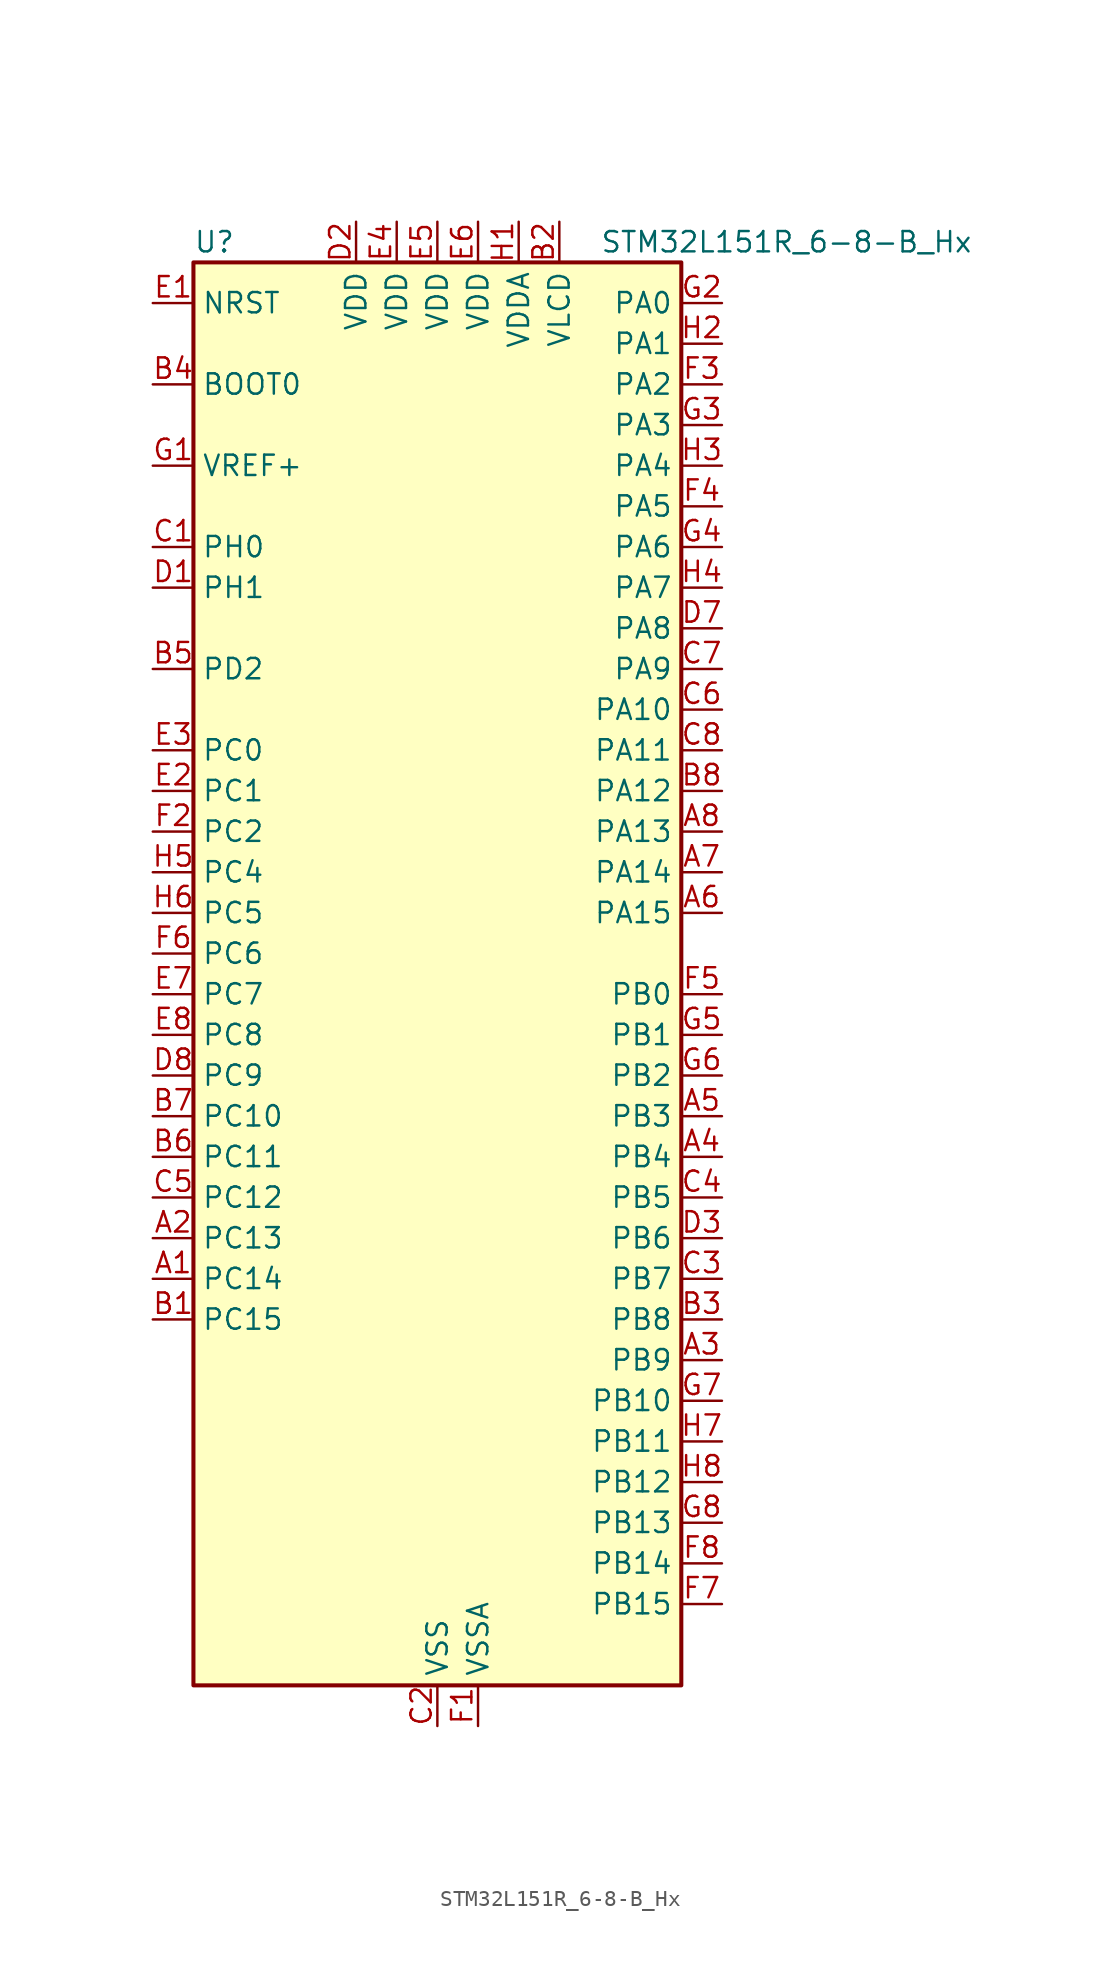
<source format=kicad_sym>
(kicad_symbol_lib
  (version 20220914)
  (generator kicad_symbol_editor)
  (symbol "STM32L151R_6-8-B_Hx"
    (property "Reference" "U"
      (at -15.24 46.99 0)
      (effects (font (size 1.27 1.27)) (justify left)))
    (property "Value" "STM32L151R_6-8-B_Hx"
      (at 10.16 46.99 0)
      (effects (font (size 1.27 1.27)) (justify left)))
    (property "ki_locked" ""
      (at 0 0 0)
      (effects (font (size 1.27 1.27))))
    (symbol "STM32L151R_6-8-B_Hx_0_1"
      (rectangle (start -15.24 -43.18) (end 15.24 45.72) (stroke (width 0.254) (type default)) (fill (type background))))
    (symbol "STM32L151R_6-8-B_Hx_1_1"
      (pin bidirectional line (at -17.78 -17.78 0) (length 2.54) (name "PC14" (effects (font (size 1.27 1.27)))) (number "A1" (effects (font (size 1.27 1.27)))) (alternate "RCC_OSC32_IN" bidirectional line) (alternate "TIMX_IC3" bidirectional line))
      (pin bidirectional line (at -17.78 -15.24 0) (length 2.54) (name "PC13" (effects (font (size 1.27 1.27)))) (number "A2" (effects (font (size 1.27 1.27)))) (alternate "RTC_OUT_ALARM" bidirectional line) (alternate "RTC_OUT_CALIB" bidirectional line) (alternate "RTC_TAMP1" bidirectional line) (alternate "RTC_TS" bidirectional line) (alternate "SYS_WKUP2" bidirectional line) (alternate "TIMX_IC2" bidirectional line))
      (pin bidirectional line (at 17.78 -22.86 180) (length 2.54) (name "PB9" (effects (font (size 1.27 1.27)))) (number "A3" (effects (font (size 1.27 1.27)))) (alternate "DAC_EXTI9" bidirectional line) (alternate "I2C1_SDA" bidirectional line) (alternate "TIM11_CH1" bidirectional line) (alternate "TIM4_CH4" bidirectional line))
      (pin bidirectional line (at 17.78 -10.16 180) (length 2.54) (name "PB4" (effects (font (size 1.27 1.27)))) (number "A4" (effects (font (size 1.27 1.27)))) (alternate "COMP2_INP" bidirectional line) (alternate "SPI1_MISO" bidirectional line) (alternate "SYS_JTRST" bidirectional line) (alternate "TIM3_CH1" bidirectional line) (alternate "TS_G6_IO1" bidirectional line))
      (pin bidirectional line (at 17.78 -7.62 180) (length 2.54) (name "PB3" (effects (font (size 1.27 1.27)))) (number "A5" (effects (font (size 1.27 1.27)))) (alternate "COMP2_INM" bidirectional line) (alternate "SPI1_SCK" bidirectional line) (alternate "SYS_JTDO-TRACESWO" bidirectional line) (alternate "TIM2_CH2" bidirectional line))
      (pin bidirectional line (at 17.78 5.08 180) (length 2.54) (name "PA15" (effects (font (size 1.27 1.27)))) (number "A6" (effects (font (size 1.27 1.27)))) (alternate "ADC_EXTI15" bidirectional line) (alternate "SPI1_NSS" bidirectional line) (alternate "SYS_JTDI" bidirectional line) (alternate "TIM2_CH1" bidirectional line) (alternate "TIM2_ETR" bidirectional line) (alternate "TIMX_IC4" bidirectional line) (alternate "TS_G5_IO3" bidirectional line))
      (pin bidirectional line (at 17.78 7.62 180) (length 2.54) (name "PA14" (effects (font (size 1.27 1.27)))) (number "A7" (effects (font (size 1.27 1.27)))) (alternate "SYS_JTCK-SWCLK" bidirectional line) (alternate "TIMX_IC3" bidirectional line) (alternate "TS_G5_IO2" bidirectional line))
      (pin bidirectional line (at 17.78 10.16 180) (length 2.54) (name "PA13" (effects (font (size 1.27 1.27)))) (number "A8" (effects (font (size 1.27 1.27)))) (alternate "SYS_JTMS-SWDIO" bidirectional line) (alternate "TIMX_IC2" bidirectional line) (alternate "TS_G5_IO1" bidirectional line))
      (pin bidirectional line (at -17.78 -20.32 0) (length 2.54) (name "PC15" (effects (font (size 1.27 1.27)))) (number "B1" (effects (font (size 1.27 1.27)))) (alternate "ADC_EXTI15" bidirectional line) (alternate "RCC_OSC32_OUT" bidirectional line) (alternate "TIMX_IC4" bidirectional line))
      (pin power_in line (at 7.62 48.26 270) (length 2.54) (name "VLCD" (effects (font (size 1.27 1.27)))) (number "B2" (effects (font (size 1.27 1.27)))))
      (pin bidirectional line (at 17.78 -20.32 180) (length 2.54) (name "PB8" (effects (font (size 1.27 1.27)))) (number "B3" (effects (font (size 1.27 1.27)))) (alternate "I2C1_SCL" bidirectional line) (alternate "TIM10_CH1" bidirectional line) (alternate "TIM4_CH3" bidirectional line))
      (pin input line (at -17.78 38.1 0) (length 2.54) (name "BOOT0" (effects (font (size 1.27 1.27)))) (number "B4" (effects (font (size 1.27 1.27)))))
      (pin bidirectional line (at -17.78 20.32 0) (length 2.54) (name "PD2" (effects (font (size 1.27 1.27)))) (number "B5" (effects (font (size 1.27 1.27)))) (alternate "TIM3_ETR" bidirectional line) (alternate "TIMX_IC3" bidirectional line))
      (pin bidirectional line (at -17.78 -10.16 0) (length 2.54) (name "PC11" (effects (font (size 1.27 1.27)))) (number "B6" (effects (font (size 1.27 1.27)))) (alternate "ADC_EXTI11" bidirectional line) (alternate "TIMX_IC4" bidirectional line) (alternate "USART3_RX" bidirectional line))
      (pin bidirectional line (at -17.78 -7.62 0) (length 2.54) (name "PC10" (effects (font (size 1.27 1.27)))) (number "B7" (effects (font (size 1.27 1.27)))) (alternate "TIMX_IC3" bidirectional line) (alternate "USART3_TX" bidirectional line))
      (pin bidirectional line (at 17.78 12.7 180) (length 2.54) (name "PA12" (effects (font (size 1.27 1.27)))) (number "B8" (effects (font (size 1.27 1.27)))) (alternate "SPI1_MOSI" bidirectional line) (alternate "TIMX_IC1" bidirectional line) (alternate "USART1_RTS" bidirectional line) (alternate "USB_DP" bidirectional line))
      (pin bidirectional line (at -17.78 27.94 0) (length 2.54) (name "PH0" (effects (font (size 1.27 1.27)))) (number "C1" (effects (font (size 1.27 1.27)))) (alternate "RCC_OSC_IN" bidirectional line))
      (pin power_in line (at 0 -45.72 90) (length 2.54) (name "VSS" (effects (font (size 1.27 1.27)))) (number "C2" (effects (font (size 1.27 1.27)))))
      (pin bidirectional line (at 17.78 -17.78 180) (length 2.54) (name "PB7" (effects (font (size 1.27 1.27)))) (number "C3" (effects (font (size 1.27 1.27)))) (alternate "I2C1_SDA" bidirectional line) (alternate "SYS_PVD_IN" bidirectional line) (alternate "TIM4_CH2" bidirectional line) (alternate "USART1_RX" bidirectional line))
      (pin bidirectional line (at 17.78 -12.7 180) (length 2.54) (name "PB5" (effects (font (size 1.27 1.27)))) (number "C4" (effects (font (size 1.27 1.27)))) (alternate "COMP2_INP" bidirectional line) (alternate "I2C1_SMBA" bidirectional line) (alternate "SPI1_MOSI" bidirectional line) (alternate "TIM3_CH2" bidirectional line) (alternate "TS_G6_IO2" bidirectional line))
      (pin bidirectional line (at -17.78 -12.7 0) (length 2.54) (name "PC12" (effects (font (size 1.27 1.27)))) (number "C5" (effects (font (size 1.27 1.27)))) (alternate "TIMX_IC1" bidirectional line) (alternate "USART3_CK" bidirectional line))
      (pin bidirectional line (at 17.78 17.78 180) (length 2.54) (name "PA10" (effects (font (size 1.27 1.27)))) (number "C6" (effects (font (size 1.27 1.27)))) (alternate "TIMX_IC3" bidirectional line) (alternate "TS_G4_IO3" bidirectional line) (alternate "USART1_RX" bidirectional line))
      (pin bidirectional line (at 17.78 20.32 180) (length 2.54) (name "PA9" (effects (font (size 1.27 1.27)))) (number "C7" (effects (font (size 1.27 1.27)))) (alternate "DAC_EXTI9" bidirectional line) (alternate "TIMX_IC2" bidirectional line) (alternate "TS_G4_IO2" bidirectional line) (alternate "USART1_TX" bidirectional line))
      (pin bidirectional line (at 17.78 15.24 180) (length 2.54) (name "PA11" (effects (font (size 1.27 1.27)))) (number "C8" (effects (font (size 1.27 1.27)))) (alternate "ADC_EXTI11" bidirectional line) (alternate "SPI1_MISO" bidirectional line) (alternate "TIMX_IC4" bidirectional line) (alternate "USART1_CTS" bidirectional line) (alternate "USB_DM" bidirectional line))
      (pin bidirectional line (at -17.78 25.4 0) (length 2.54) (name "PH1" (effects (font (size 1.27 1.27)))) (number "D1" (effects (font (size 1.27 1.27)))) (alternate "RCC_OSC_OUT" bidirectional line))
      (pin power_in line (at -5.08 48.26 270) (length 2.54) (name "VDD" (effects (font (size 1.27 1.27)))) (number "D2" (effects (font (size 1.27 1.27)))))
      (pin bidirectional line (at 17.78 -15.24 180) (length 2.54) (name "PB6" (effects (font (size 1.27 1.27)))) (number "D3" (effects (font (size 1.27 1.27)))) (alternate "I2C1_SCL" bidirectional line) (alternate "TIM4_CH1" bidirectional line) (alternate "USART1_TX" bidirectional line))
      (pin passive line (at 0 -45.72 90) (length 2.54) hide (name "VSS" (effects (font (size 1.27 1.27)))) (number "D4" (effects (font (size 1.27 1.27)))))
      (pin passive line (at 0 -45.72 90) (length 2.54) hide (name "VSS" (effects (font (size 1.27 1.27)))) (number "D5" (effects (font (size 1.27 1.27)))))
      (pin passive line (at 0 -45.72 90) (length 2.54) hide (name "VSS" (effects (font (size 1.27 1.27)))) (number "D6" (effects (font (size 1.27 1.27)))))
      (pin bidirectional line (at 17.78 22.86 180) (length 2.54) (name "PA8" (effects (font (size 1.27 1.27)))) (number "D7" (effects (font (size 1.27 1.27)))) (alternate "RCC_MCO" bidirectional line) (alternate "TIMX_IC1" bidirectional line) (alternate "TS_G4_IO1" bidirectional line) (alternate "USART1_CK" bidirectional line))
      (pin bidirectional line (at -17.78 -5.08 0) (length 2.54) (name "PC9" (effects (font (size 1.27 1.27)))) (number "D8" (effects (font (size 1.27 1.27)))) (alternate "DAC_EXTI9" bidirectional line) (alternate "TIM3_CH4" bidirectional line) (alternate "TIMX_IC2" bidirectional line) (alternate "TS_G10_IO4" bidirectional line))
      (pin input line (at -17.78 43.18 0) (length 2.54) (name "NRST" (effects (font (size 1.27 1.27)))) (number "E1" (effects (font (size 1.27 1.27)))))
      (pin bidirectional line (at -17.78 12.7 0) (length 2.54) (name "PC1" (effects (font (size 1.27 1.27)))) (number "E2" (effects (font (size 1.27 1.27)))) (alternate "ADC_IN11" bidirectional line) (alternate "COMP1_INP" bidirectional line) (alternate "TIMX_IC2" bidirectional line) (alternate "TS_G8_IO2" bidirectional line))
      (pin bidirectional line (at -17.78 15.24 0) (length 2.54) (name "PC0" (effects (font (size 1.27 1.27)))) (number "E3" (effects (font (size 1.27 1.27)))) (alternate "ADC_IN10" bidirectional line) (alternate "COMP1_INP" bidirectional line) (alternate "TIMX_IC1" bidirectional line) (alternate "TS_G8_IO1" bidirectional line))
      (pin power_in line (at -2.54 48.26 270) (length 2.54) (name "VDD" (effects (font (size 1.27 1.27)))) (number "E4" (effects (font (size 1.27 1.27)))))
      (pin power_in line (at 0 48.26 270) (length 2.54) (name "VDD" (effects (font (size 1.27 1.27)))) (number "E5" (effects (font (size 1.27 1.27)))))
      (pin power_in line (at 2.54 48.26 270) (length 2.54) (name "VDD" (effects (font (size 1.27 1.27)))) (number "E6" (effects (font (size 1.27 1.27)))))
      (pin bidirectional line (at -17.78 0 0) (length 2.54) (name "PC7" (effects (font (size 1.27 1.27)))) (number "E7" (effects (font (size 1.27 1.27)))) (alternate "TIM3_CH2" bidirectional line) (alternate "TIMX_IC4" bidirectional line) (alternate "TS_G10_IO2" bidirectional line))
      (pin bidirectional line (at -17.78 -2.54 0) (length 2.54) (name "PC8" (effects (font (size 1.27 1.27)))) (number "E8" (effects (font (size 1.27 1.27)))) (alternate "TIM3_CH3" bidirectional line) (alternate "TIMX_IC1" bidirectional line) (alternate "TS_G10_IO3" bidirectional line))
      (pin power_in line (at 2.54 -45.72 90) (length 2.54) (name "VSSA" (effects (font (size 1.27 1.27)))) (number "F1" (effects (font (size 1.27 1.27)))))
      (pin bidirectional line (at -17.78 10.16 0) (length 2.54) (name "PC2" (effects (font (size 1.27 1.27)))) (number "F2" (effects (font (size 1.27 1.27)))) (alternate "ADC_IN12" bidirectional line) (alternate "COMP1_INP" bidirectional line) (alternate "TIMX_IC3" bidirectional line) (alternate "TS_G8_IO3" bidirectional line))
      (pin bidirectional line (at 17.78 38.1 180) (length 2.54) (name "PA2" (effects (font (size 1.27 1.27)))) (number "F3" (effects (font (size 1.27 1.27)))) (alternate "ADC_IN2" bidirectional line) (alternate "COMP1_INP" bidirectional line) (alternate "TIM2_CH3" bidirectional line) (alternate "TIM9_CH1" bidirectional line) (alternate "TIMX_IC3" bidirectional line) (alternate "TS_G1_IO3" bidirectional line) (alternate "USART2_TX" bidirectional line))
      (pin bidirectional line (at 17.78 30.48 180) (length 2.54) (name "PA5" (effects (font (size 1.27 1.27)))) (number "F4" (effects (font (size 1.27 1.27)))) (alternate "ADC_IN5" bidirectional line) (alternate "COMP1_INP" bidirectional line) (alternate "DAC_OUT2" bidirectional line) (alternate "SPI1_SCK" bidirectional line) (alternate "TIM2_CH1" bidirectional line) (alternate "TIM2_ETR" bidirectional line) (alternate "TIMX_IC2" bidirectional line))
      (pin bidirectional line (at 17.78 0 180) (length 2.54) (name "PB0" (effects (font (size 1.27 1.27)))) (number "F5" (effects (font (size 1.27 1.27)))) (alternate "ADC_IN8" bidirectional line) (alternate "COMP1_INP" bidirectional line) (alternate "SYS_V_REF_OUT" bidirectional line) (alternate "TIM3_CH3" bidirectional line) (alternate "TS_G3_IO1" bidirectional line))
      (pin bidirectional line (at -17.78 2.54 0) (length 2.54) (name "PC6" (effects (font (size 1.27 1.27)))) (number "F6" (effects (font (size 1.27 1.27)))) (alternate "TIM3_CH1" bidirectional line) (alternate "TIMX_IC3" bidirectional line) (alternate "TS_G10_IO1" bidirectional line))
      (pin bidirectional line (at 17.78 -38.1 180) (length 2.54) (name "PB15" (effects (font (size 1.27 1.27)))) (number "F7" (effects (font (size 1.27 1.27)))) (alternate "ADC_EXTI15" bidirectional line) (alternate "ADC_IN21" bidirectional line) (alternate "COMP1_INP" bidirectional line) (alternate "RTC_REFIN" bidirectional line) (alternate "SPI2_MOSI" bidirectional line) (alternate "TIM11_CH1" bidirectional line) (alternate "TS_G7_IO4" bidirectional line))
      (pin bidirectional line (at 17.78 -35.56 180) (length 2.54) (name "PB14" (effects (font (size 1.27 1.27)))) (number "F8" (effects (font (size 1.27 1.27)))) (alternate "ADC_IN20" bidirectional line) (alternate "COMP1_INP" bidirectional line) (alternate "SPI2_MISO" bidirectional line) (alternate "TIM9_CH2" bidirectional line) (alternate "TS_G7_IO3" bidirectional line) (alternate "USART3_RTS" bidirectional line))
      (pin input line (at -17.78 33.02 0) (length 2.54) (name "VREF+" (effects (font (size 1.27 1.27)))) (number "G1" (effects (font (size 1.27 1.27)))))
      (pin bidirectional line (at 17.78 43.18 180) (length 2.54) (name "PA0" (effects (font (size 1.27 1.27)))) (number "G2" (effects (font (size 1.27 1.27)))) (alternate "ADC_IN0" bidirectional line) (alternate "COMP1_INP" bidirectional line) (alternate "SYS_WKUP1" bidirectional line) (alternate "TIM2_CH1" bidirectional line) (alternate "TIM2_ETR" bidirectional line) (alternate "TIMX_IC1" bidirectional line) (alternate "TS_G1_IO1" bidirectional line) (alternate "USART2_CTS" bidirectional line))
      (pin bidirectional line (at 17.78 35.56 180) (length 2.54) (name "PA3" (effects (font (size 1.27 1.27)))) (number "G3" (effects (font (size 1.27 1.27)))) (alternate "ADC_IN3" bidirectional line) (alternate "COMP1_INP" bidirectional line) (alternate "TIM2_CH4" bidirectional line) (alternate "TIM9_CH2" bidirectional line) (alternate "TIMX_IC4" bidirectional line) (alternate "TS_G1_IO4" bidirectional line) (alternate "USART2_RX" bidirectional line))
      (pin bidirectional line (at 17.78 27.94 180) (length 2.54) (name "PA6" (effects (font (size 1.27 1.27)))) (number "G4" (effects (font (size 1.27 1.27)))) (alternate "ADC_IN6" bidirectional line) (alternate "COMP1_INP" bidirectional line) (alternate "SPI1_MISO" bidirectional line) (alternate "TIM10_CH1" bidirectional line) (alternate "TIM3_CH1" bidirectional line) (alternate "TIMX_IC3" bidirectional line) (alternate "TS_G2_IO1" bidirectional line))
      (pin bidirectional line (at 17.78 -2.54 180) (length 2.54) (name "PB1" (effects (font (size 1.27 1.27)))) (number "G5" (effects (font (size 1.27 1.27)))) (alternate "ADC_IN9" bidirectional line) (alternate "COMP1_INP" bidirectional line) (alternate "SYS_V_REF_OUT" bidirectional line) (alternate "TIM3_CH4" bidirectional line) (alternate "TS_G3_IO2" bidirectional line))
      (pin bidirectional line (at 17.78 -5.08 180) (length 2.54) (name "PB2" (effects (font (size 1.27 1.27)))) (number "G6" (effects (font (size 1.27 1.27)))))
      (pin bidirectional line (at 17.78 -25.4 180) (length 2.54) (name "PB10" (effects (font (size 1.27 1.27)))) (number "G7" (effects (font (size 1.27 1.27)))) (alternate "I2C2_SCL" bidirectional line) (alternate "TIM2_CH3" bidirectional line) (alternate "USART3_TX" bidirectional line))
      (pin bidirectional line (at 17.78 -33.02 180) (length 2.54) (name "PB13" (effects (font (size 1.27 1.27)))) (number "G8" (effects (font (size 1.27 1.27)))) (alternate "ADC_IN19" bidirectional line) (alternate "COMP1_INP" bidirectional line) (alternate "SPI2_SCK" bidirectional line) (alternate "TIM9_CH1" bidirectional line) (alternate "TS_G7_IO2" bidirectional line) (alternate "USART3_CTS" bidirectional line))
      (pin power_in line (at 5.08 48.26 270) (length 2.54) (name "VDDA" (effects (font (size 1.27 1.27)))) (number "H1" (effects (font (size 1.27 1.27)))))
      (pin bidirectional line (at 17.78 40.64 180) (length 2.54) (name "PA1" (effects (font (size 1.27 1.27)))) (number "H2" (effects (font (size 1.27 1.27)))) (alternate "ADC_IN1" bidirectional line) (alternate "COMP1_INP" bidirectional line) (alternate "TIM2_CH2" bidirectional line) (alternate "TIMX_IC2" bidirectional line) (alternate "TS_G1_IO2" bidirectional line) (alternate "USART2_RTS" bidirectional line))
      (pin bidirectional line (at 17.78 33.02 180) (length 2.54) (name "PA4" (effects (font (size 1.27 1.27)))) (number "H3" (effects (font (size 1.27 1.27)))) (alternate "ADC_IN4" bidirectional line) (alternate "COMP1_INP" bidirectional line) (alternate "DAC_OUT1" bidirectional line) (alternate "SPI1_NSS" bidirectional line) (alternate "TIMX_IC1" bidirectional line) (alternate "USART2_CK" bidirectional line))
      (pin bidirectional line (at 17.78 25.4 180) (length 2.54) (name "PA7" (effects (font (size 1.27 1.27)))) (number "H4" (effects (font (size 1.27 1.27)))) (alternate "ADC_IN7" bidirectional line) (alternate "COMP1_INP" bidirectional line) (alternate "SPI1_MOSI" bidirectional line) (alternate "TIM11_CH1" bidirectional line) (alternate "TIM3_CH2" bidirectional line) (alternate "TIMX_IC4" bidirectional line) (alternate "TS_G2_IO2" bidirectional line))
      (pin bidirectional line (at -17.78 7.62 0) (length 2.54) (name "PC4" (effects (font (size 1.27 1.27)))) (number "H5" (effects (font (size 1.27 1.27)))) (alternate "ADC_IN14" bidirectional line) (alternate "COMP1_INP" bidirectional line) (alternate "TIMX_IC1" bidirectional line) (alternate "TS_G9_IO1" bidirectional line))
      (pin bidirectional line (at -17.78 5.08 0) (length 2.54) (name "PC5" (effects (font (size 1.27 1.27)))) (number "H6" (effects (font (size 1.27 1.27)))) (alternate "ADC_IN15" bidirectional line) (alternate "COMP1_INP" bidirectional line) (alternate "TIMX_IC2" bidirectional line) (alternate "TS_G9_IO2" bidirectional line))
      (pin bidirectional line (at 17.78 -27.94 180) (length 2.54) (name "PB11" (effects (font (size 1.27 1.27)))) (number "H7" (effects (font (size 1.27 1.27)))) (alternate "ADC_EXTI11" bidirectional line) (alternate "I2C2_SDA" bidirectional line) (alternate "TIM2_CH4" bidirectional line) (alternate "USART3_RX" bidirectional line))
      (pin bidirectional line (at 17.78 -30.48 180) (length 2.54) (name "PB12" (effects (font (size 1.27 1.27)))) (number "H8" (effects (font (size 1.27 1.27)))) (alternate "ADC_IN18" bidirectional line) (alternate "COMP1_INP" bidirectional line) (alternate "I2C2_SMBA" bidirectional line) (alternate "SPI2_NSS" bidirectional line) (alternate "TIM10_CH1" bidirectional line) (alternate "TS_G7_IO1" bidirectional line) (alternate "USART3_CK" bidirectional line)))))
</source>
